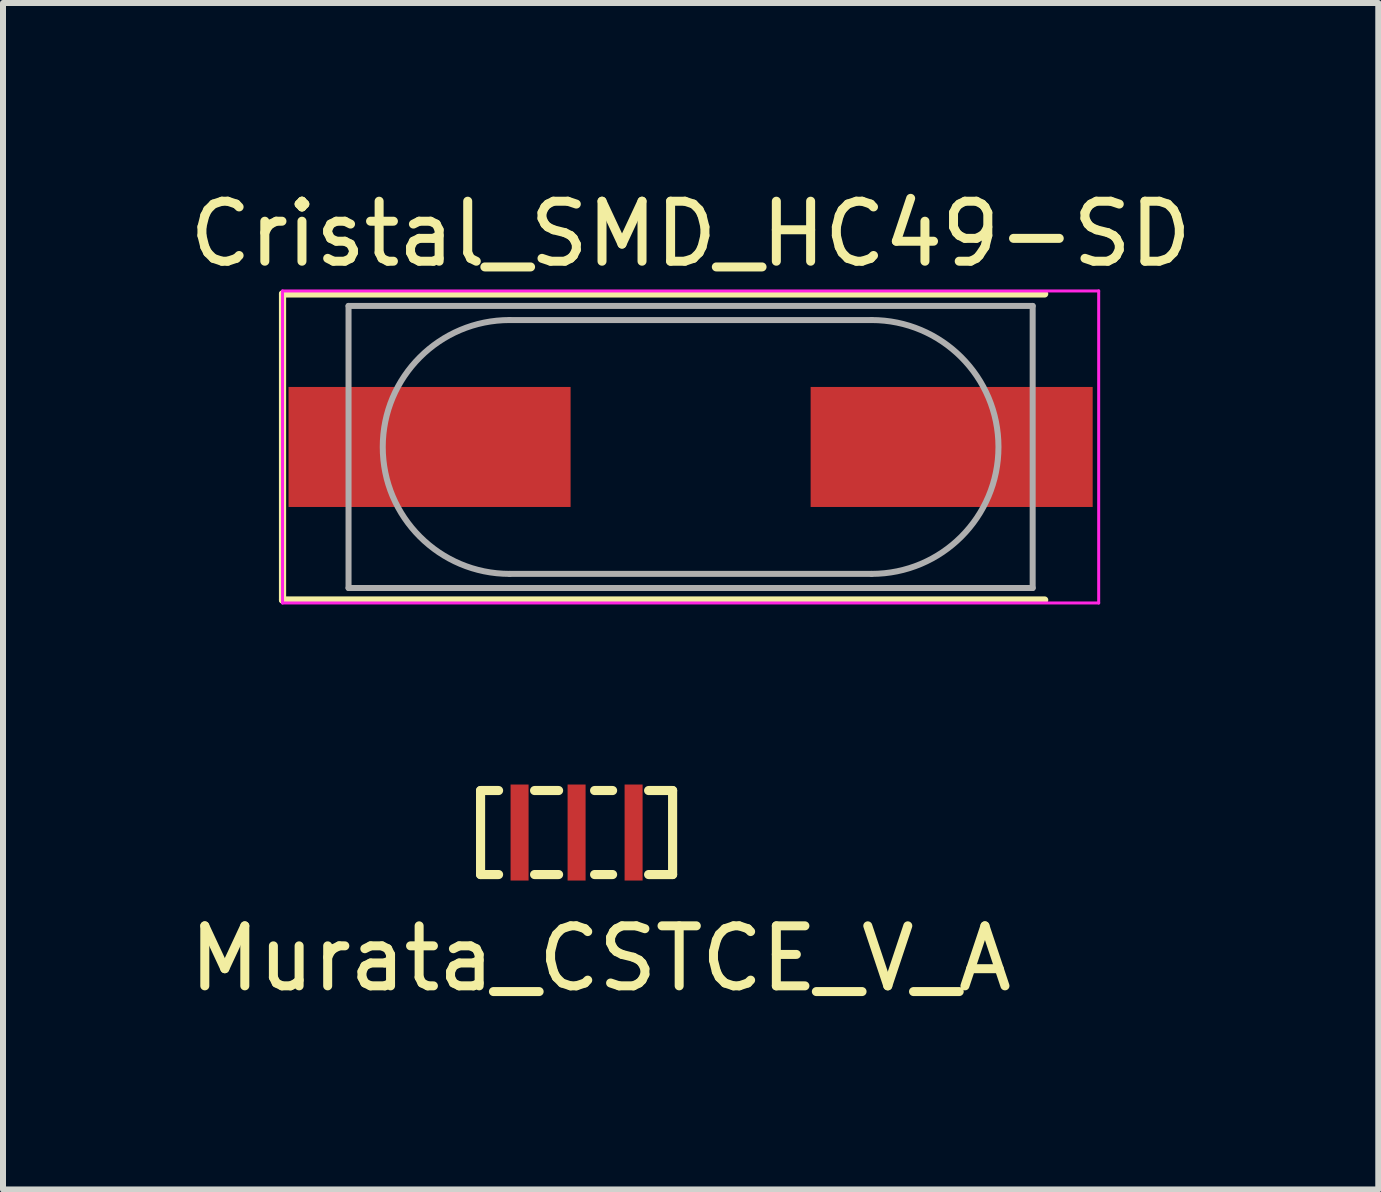
<source format=kicad_pcb>
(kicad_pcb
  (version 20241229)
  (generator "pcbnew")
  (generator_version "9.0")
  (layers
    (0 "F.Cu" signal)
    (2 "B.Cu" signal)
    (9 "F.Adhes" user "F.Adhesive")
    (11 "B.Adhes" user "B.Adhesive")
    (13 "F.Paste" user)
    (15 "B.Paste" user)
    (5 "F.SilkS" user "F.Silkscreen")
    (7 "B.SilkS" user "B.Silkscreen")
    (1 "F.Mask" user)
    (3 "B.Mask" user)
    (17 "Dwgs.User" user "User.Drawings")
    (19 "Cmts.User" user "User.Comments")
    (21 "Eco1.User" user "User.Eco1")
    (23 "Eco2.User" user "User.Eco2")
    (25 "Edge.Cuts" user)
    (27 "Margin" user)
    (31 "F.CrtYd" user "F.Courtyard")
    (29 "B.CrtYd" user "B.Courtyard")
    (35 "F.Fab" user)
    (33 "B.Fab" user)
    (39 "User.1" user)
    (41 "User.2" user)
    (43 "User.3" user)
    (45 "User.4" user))
  (footprint "Cristal_SMD_HC49-SD"
    (layer "F.Cu")
    (at 8.458 4.398)
    (property "Reference" "Cristal_SMD_HC49-SD" (at 0 -3.55 0) (layer "F.SilkS") (effects (font (size 1 1) (thickness 0.15))))
    (attr smd)
    (fp_line (start -6.8 -2.55) (end -6.8 2.55) (stroke (width 0.12) (type solid)) (layer "F.SilkS"))
    (fp_line (start -6.8 2.55) (end 5.9 2.55) (stroke (width 0.12) (type solid)) (layer "F.SilkS"))
    (fp_line (start 5.9 -2.55) (end -6.8 -2.55) (stroke (width 0.12) (type solid)) (layer "F.SilkS"))
    (fp_line (start -6.8 -2.6) (end -6.8 2.6) (stroke (width 0.05) (type solid)) (layer "F.CrtYd"))
    (fp_line (start -6.8 2.6) (end 6.8 2.6) (stroke (width 0.05) (type solid)) (layer "F.CrtYd"))
    (fp_line (start 6.8 -2.6) (end -6.8 -2.6) (stroke (width 0.05) (type solid)) (layer "F.CrtYd"))
    (fp_line (start 6.8 2.6) (end 6.8 -2.6) (stroke (width 0.05) (type solid)) (layer "F.CrtYd"))
    (fp_line (start -5.7 -2.35) (end -5.7 2.35) (stroke (width 0.1) (type solid)) (layer "F.Fab"))
    (fp_line (start -5.7 2.35) (end 5.7 2.35) (stroke (width 0.1) (type solid)) (layer "F.Fab"))
    (fp_line (start -3.015 -2.115) (end 3.015 -2.115) (stroke (width 0.1) (type solid)) (layer "F.Fab"))
    (fp_line (start -3.015 2.115) (end 3.015 2.115) (stroke (width 0.1) (type solid)) (layer "F.Fab"))
    (fp_line (start 5.7 -2.35) (end -5.7 -2.35) (stroke (width 0.1) (type solid)) (layer "F.Fab"))
    (fp_line (start 5.7 2.35) (end 5.7 -2.35) (stroke (width 0.1) (type solid)) (layer "F.Fab"))
    (fp_arc (start -3.015 2.115) (mid -5.13 0) (end -3.015 -2.115) (stroke (width 0.1) (type solid)) (layer "F.Fab"))
    (fp_arc (start 3.015 -2.115) (mid 5.13 0) (end 3.015 2.115) (stroke (width 0.1) (type solid)) (layer "F.Fab"))
    (pad "1" smd rect (at -4.35 0) (size 4.7 2) (layers "F.Cu" "F.Mask"))
    (pad "2" smd rect (at 4.35 0) (size 4.7 2) (layers "F.Cu" "F.Mask")))
  (footprint "Murata_CSTCE_V_A"
    (layer "F.Cu")
    (at 6.558 10.823)
    (property "Reference" "Murata_CSTCE_V_A" (at 0.4 2.1 0) (layer "F.SilkS") (effects (font (size 1 1) (thickness 0.15))))
    (attr through_hole)
    (fp_line (start -1.6 -0.7) (end -1.6 0.7) (stroke (width 0.152) (type solid)) (layer "F.SilkS"))
    (fp_line (start -1.6 0.7) (end -1.3 0.7) (stroke (width 0.152) (type solid)) (layer "F.SilkS"))
    (fp_line (start -1.3 -0.7) (end -1.6 -0.7) (stroke (width 0.152) (type solid)) (layer "F.SilkS"))
    (fp_line (start -0.7 0.7) (end -0.3 0.7) (stroke (width 0.152) (type solid)) (layer "F.SilkS"))
    (fp_line (start -0.3 -0.7) (end -0.7 -0.7) (stroke (width 0.152) (type solid)) (layer "F.SilkS"))
    (fp_line (start 0.3 0.7) (end 0.6 0.7) (stroke (width 0.152) (type solid)) (layer "F.SilkS"))
    (fp_line (start 0.6 -0.7) (end 0.3 -0.7) (stroke (width 0.152) (type solid)) (layer "F.SilkS"))
    (fp_line (start 1.2 0.7) (end 1.6 0.7) (stroke (width 0.152) (type solid)) (layer "F.SilkS"))
    (fp_line (start 1.6 -0.7) (end 1.2 -0.7) (stroke (width 0.152) (type solid)) (layer "F.SilkS"))
    (fp_line (start 1.6 0.7) (end 1.6 -0.7) (stroke (width 0.152) (type solid)) (layer "F.SilkS"))
    (pad "1" smd rect (at -0.95 0) (size 0.3 1.6) (layers "F.Cu" "F.Mask" "F.Paste"))
    (pad "2" smd rect (at 0 0) (size 0.3 1.6) (layers "F.Cu" "F.Mask" "F.Paste"))
    (pad "3" smd rect (at 0.95 0) (size 0.3 1.6) (layers "F.Cu" "F.Mask" "F.Paste")))
  (gr_rect
    (start -3 -3)
    (end 19.917 16.771)
    (stroke (width 0.1) (type default))
    (fill no)
    (layer "Edge.Cuts")))
</source>
